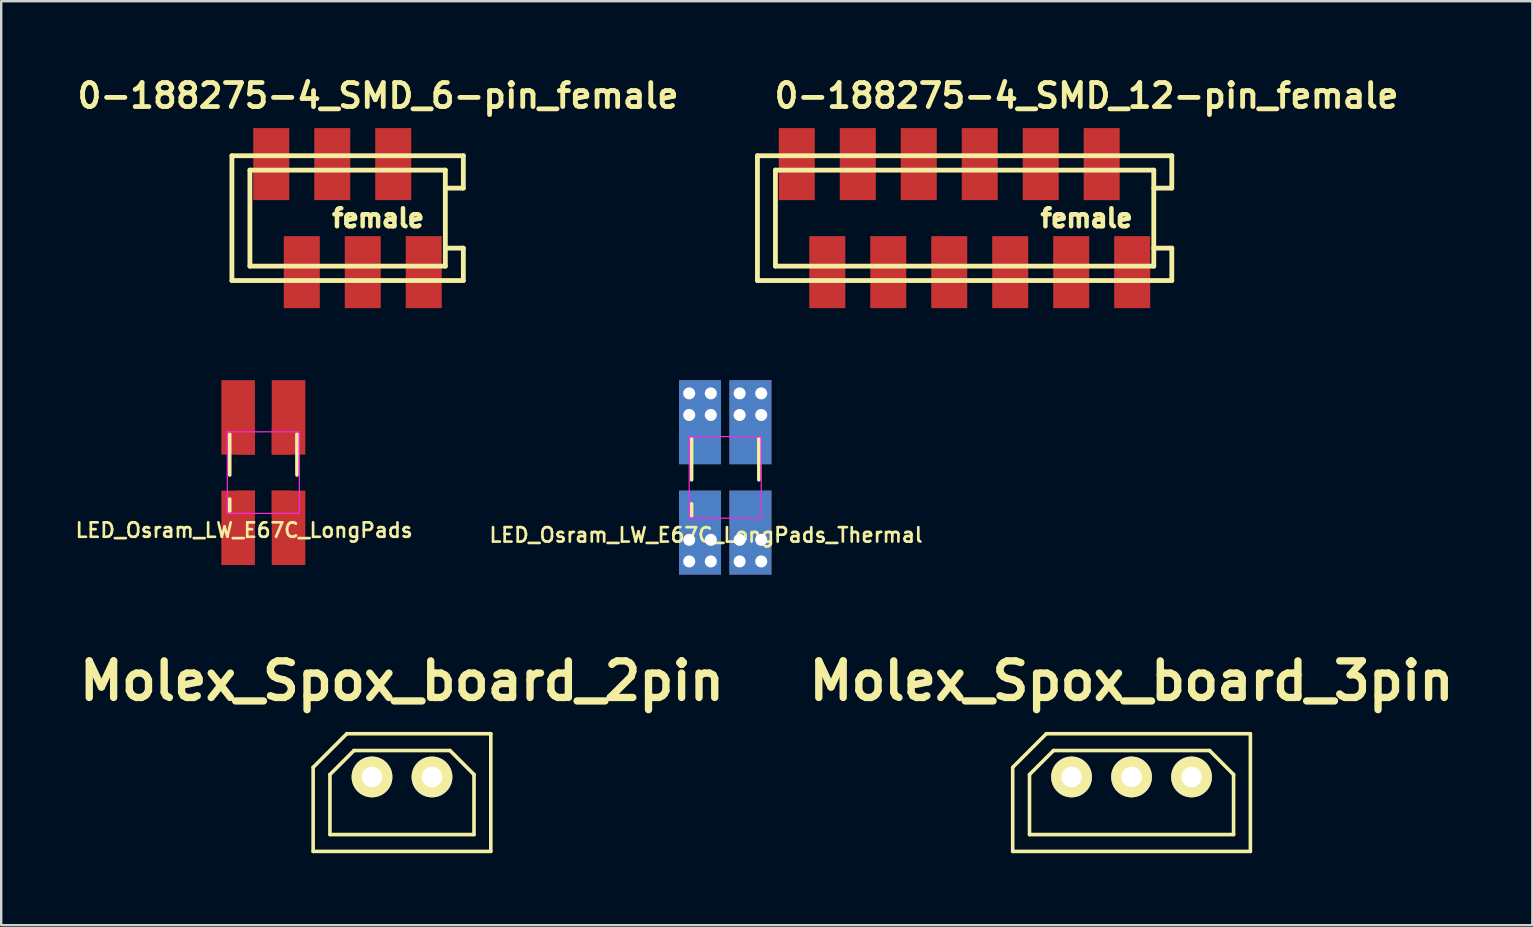
<source format=kicad_pcb>
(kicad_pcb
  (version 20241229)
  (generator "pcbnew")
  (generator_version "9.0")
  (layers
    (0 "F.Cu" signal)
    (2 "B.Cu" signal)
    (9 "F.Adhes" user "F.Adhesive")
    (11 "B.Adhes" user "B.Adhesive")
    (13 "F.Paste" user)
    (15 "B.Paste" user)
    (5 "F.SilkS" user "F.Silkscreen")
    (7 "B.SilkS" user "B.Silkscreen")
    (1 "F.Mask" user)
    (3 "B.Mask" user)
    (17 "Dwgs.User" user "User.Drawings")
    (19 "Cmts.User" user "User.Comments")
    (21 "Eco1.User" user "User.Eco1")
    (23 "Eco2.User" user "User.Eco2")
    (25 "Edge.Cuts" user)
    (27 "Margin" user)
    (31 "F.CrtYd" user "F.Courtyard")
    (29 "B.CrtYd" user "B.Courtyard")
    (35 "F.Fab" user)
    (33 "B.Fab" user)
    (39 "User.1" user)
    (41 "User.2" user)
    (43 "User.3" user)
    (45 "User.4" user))
  (footprint "LED_Osram_LW_E67C_LongPads_Thermal"
    (layer "F.Cu")
    (at 27.158 16.836)
    (property "Reference" "LED_Osram_LW_E67C_LongPads_Thermal" (at -0.8 2.4 0) (layer "F.SilkS") (effects (font (size 0.6 0.6) (thickness 0.11))))
    (attr smd)
    (fp_line (start -1.4 -1.6) (end -1.4 0.1) (stroke (width 0.15) (type solid)) (layer "F.SilkS"))
    (fp_line (start -1.4 1.6) (end -1.4 1.1) (stroke (width 0.15) (type solid)) (layer "F.SilkS"))
    (fp_line (start 1.4 -1.6) (end 1.4 0.1) (stroke (width 0.15) (type solid)) (layer "F.SilkS"))
    (fp_line (start -1.5 -1.7) (end 1.5 -1.7) (stroke (width 0.05) (type solid)) (layer "F.CrtYd"))
    (fp_line (start -1.5 1.7) (end -1.5 -1.7) (stroke (width 0.05) (type solid)) (layer "F.CrtYd"))
    (fp_line (start 1.5 -1.7) (end 1.5 1.7) (stroke (width 0.05) (type solid)) (layer "F.CrtYd"))
    (fp_line (start 1.5 1.7) (end -1.5 1.7) (stroke (width 0.05) (type solid)) (layer "F.CrtYd"))
    (pad "1" thru_hole circle (at -1.5 2.6) (size 0.75 0.75) (drill 0.5) (layers "*.Cu"))
    (pad "1" thru_hole circle (at -1.5 3.5) (size 0.75 0.75) (drill 0.5) (layers "*.Cu"))
    (pad "1" smd rect (at -1.05 2.3) (size 1.75 3.5) (layers "F.Cu"))
    (pad "1" smd rect (at -1.05 2.3) (size 1.75 3.5) (layers "B.Cu"))
    (pad "1" smd rect (at -0.75 1.3) (size 0.8 1.1) (layers "F.Cu" "F.Mask" "F.Paste"))
    (pad "1" thru_hole circle (at -0.6 2.6) (size 0.75 0.75) (drill 0.5) (layers "*.Cu"))
    (pad "1" thru_hole circle (at -0.6 3.5) (size 0.75 0.75) (drill 0.5) (layers "*.Cu"))
    (pad "1" thru_hole circle (at 0.6 -3.5) (size 0.75 0.75) (drill 0.5) (layers "*.Cu"))
    (pad "1" thru_hole circle (at 0.6 -2.6) (size 0.75 0.75) (drill 0.5) (layers "*.Cu"))
    (pad "1" thru_hole circle (at 0.6 2.6) (size 0.75 0.75) (drill 0.5) (layers "*.Cu"))
    (pad "1" thru_hole circle (at 0.6 3.5) (size 0.75 0.75) (drill 0.5) (layers "*.Cu"))
    (pad "1" smd rect (at 0.75 -1.3) (size 0.8 1.1) (layers "F.Cu" "F.Mask" "F.Paste"))
    (pad "1" smd rect (at 0.75 1.3) (size 0.8 1.1) (layers "F.Cu" "F.Mask" "F.Paste"))
    (pad "1" smd rect (at 1.05 -2.3) (size 1.75 3.5) (layers "F.Cu"))
    (pad "1" smd rect (at 1.05 -2.3) (size 1.75 3.5) (layers "B.Cu"))
    (pad "1" smd rect (at 1.05 2.3) (size 1.75 3.5) (layers "F.Cu"))
    (pad "1" smd rect (at 1.05 2.3) (size 1.75 3.5) (layers "B.Cu"))
    (pad "1" thru_hole circle (at 1.5 -3.5) (size 0.75 0.75) (drill 0.5) (layers "*.Cu"))
    (pad "1" thru_hole circle (at 1.5 -2.6) (size 0.75 0.75) (drill 0.5) (layers "*.Cu"))
    (pad "1" thru_hole circle (at 1.5 2.6) (size 0.75 0.75) (drill 0.5) (layers "*.Cu"))
    (pad "1" thru_hole circle (at 1.5 3.5) (size 0.75 0.75) (drill 0.5) (layers "*.Cu"))
    (pad "2" thru_hole circle (at -1.5 -3.5) (size 0.75 0.75) (drill 0.5) (layers "*.Cu"))
    (pad "2" thru_hole circle (at -1.5 -2.6) (size 0.75 0.75) (drill 0.5) (layers "*.Cu"))
    (pad "2" smd rect (at -1.05 -2.3) (size 1.75 3.5) (layers "F.Cu"))
    (pad "2" smd rect (at -1.05 -2.3) (size 1.75 3.5) (layers "B.Cu"))
    (pad "2" smd rect (at -0.75 -1.3) (size 0.8 1.1) (layers "F.Cu" "F.Mask" "F.Paste"))
    (pad "2" thru_hole circle (at -0.6 -3.5) (size 0.75 0.75) (drill 0.5) (layers "*.Cu"))
    (pad "2" thru_hole circle (at -0.6 -2.6) (size 0.75 0.75) (drill 0.5) (layers "*.Cu")))
  (footprint "0-188275-4_SMD_6-pin_female"
    (layer "F.Cu")
    (at 11.43 6.036)
    (property "Reference" "0-188275-4_SMD_6-pin_female" (at 1.27 -5.1 0) (layer "F.SilkS") (effects (font (size 1 1) (thickness 0.2))))
    (attr through_hole)
    (fp_line (start -4.82 -2.6) (end -4.82 2.6) (stroke (width 0.2) (type solid)) (layer "F.SilkS"))
    (fp_line (start -4.82 2.6) (end 4.82 2.6) (stroke (width 0.2) (type solid)) (layer "F.SilkS"))
    (fp_line (start -4.07 -2) (end 4.07 -2) (stroke (width 0.2) (type solid)) (layer "F.SilkS"))
    (fp_line (start -4.07 2) (end -4.07 -2) (stroke (width 0.2) (type solid)) (layer "F.SilkS"))
    (fp_line (start 4.07 -2) (end 4.07 2) (stroke (width 0.2) (type solid)) (layer "F.SilkS"))
    (fp_line (start 4.07 -1.25) (end 4.82 -1.25) (stroke (width 0.2) (type solid)) (layer "F.SilkS"))
    (fp_line (start 4.07 2) (end -4.07 2) (stroke (width 0.2) (type solid)) (layer "F.SilkS"))
    (fp_line (start 4.82 -2.6) (end -4.82 -2.6) (stroke (width 0.2) (type solid)) (layer "F.SilkS"))
    (fp_line (start 4.82 -1.25) (end 4.82 -2.6) (stroke (width 0.2) (type solid)) (layer "F.SilkS"))
    (fp_line (start 4.82 1.25) (end 4.07 1.25) (stroke (width 0.2) (type solid)) (layer "F.SilkS"))
    (fp_line (start 4.82 2.6) (end 4.82 1.25) (stroke (width 0.2) (type solid)) (layer "F.SilkS"))
    (fp_text user "female" (at 1.27 0 0) (layer "F.SilkS") (effects (font (size 0.75 0.75) (thickness 0.188))))
    (pad "1" smd rect (at 3.17 2.25) (size 1.5 3) (layers "F.Cu" "F.Mask" "F.Paste"))
    (pad "2" smd rect (at 1.9 -2.25) (size 1.5 3) (layers "F.Cu" "F.Mask" "F.Paste"))
    (pad "3" smd rect (at 0.63 2.25) (size 1.5 3) (layers "F.Cu" "F.Mask" "F.Paste"))
    (pad "4" smd rect (at -0.64 -2.25) (size 1.5 3) (layers "F.Cu" "F.Mask" "F.Paste"))
    (pad "5" smd rect (at -1.91 2.25) (size 1.5 3) (layers "F.Cu" "F.Mask" "F.Paste"))
    (pad "6" smd rect (at -3.18 -2.25) (size 1.5 3) (layers "F.Cu" "F.Mask" "F.Paste")))
  (footprint "Molex_Spox_board_2pin"
    (layer "F.Cu")
    (at 13.694 29.313)
    (property "Reference" "Molex_Spox_board_2pin" (at 0 -4 0) (layer "F.SilkS") (effects (font (size 1.524 1.524) (thickness 0.305))))
    (attr through_hole)
    (fp_line (start -3.7 -0.4) (end -2.3 -1.8) (stroke (width 0.15) (type solid)) (layer "F.SilkS"))
    (fp_line (start -3.7 3.1) (end -3.7 -0.4) (stroke (width 0.15) (type solid)) (layer "F.SilkS"))
    (fp_line (start -3 -0.1) (end -2 -1.1) (stroke (width 0.15) (type solid)) (layer "F.SilkS"))
    (fp_line (start -3 2.4) (end -3 -0.1) (stroke (width 0.15) (type solid)) (layer "F.SilkS"))
    (fp_line (start -3 2.4) (end 3 2.4) (stroke (width 0.15) (type solid)) (layer "F.SilkS"))
    (fp_line (start 2 -1.1) (end -2 -1.1) (stroke (width 0.15) (type solid)) (layer "F.SilkS"))
    (fp_line (start 2 -1.1) (end 3 -0.1) (stroke (width 0.15) (type solid)) (layer "F.SilkS"))
    (fp_line (start 3 -0.1) (end 3 2.4) (stroke (width 0.15) (type solid)) (layer "F.SilkS"))
    (fp_line (start 3.7 -1.8) (end -2.3 -1.8) (stroke (width 0.15) (type solid)) (layer "F.SilkS"))
    (fp_line (start 3.7 -1.8) (end 3.7 3.1) (stroke (width 0.15) (type solid)) (layer "F.SilkS"))
    (fp_line (start 3.7 3.1) (end -3.7 3.1) (stroke (width 0.15) (type solid)) (layer "F.SilkS"))
    (pad "1" thru_hole circle (at -1.249 0) (size 1.699 1.699) (drill 0.851) (layers "*.Cu" "*.Mask" "F.SilkS"))
    (pad "2" thru_hole circle (at 1.25 0) (size 1.699 1.699) (drill 0.851) (layers "*.Cu" "*.Mask" "F.SilkS")))
  (footprint "Molex_Spox_board_3pin"
    (layer "F.Cu")
    (at 44.083 29.313)
    (property "Reference" "Molex_Spox_board_3pin" (at 0 -4 0) (layer "F.SilkS") (effects (font (size 1.524 1.524) (thickness 0.305))))
    (attr through_hole)
    (fp_line (start -4.95 -0.4) (end -3.55 -1.8) (stroke (width 0.15) (type solid)) (layer "F.SilkS"))
    (fp_line (start -4.95 3.1) (end -4.95 -0.4) (stroke (width 0.15) (type solid)) (layer "F.SilkS"))
    (fp_line (start -4.25 -0.1) (end -3.25 -1.1) (stroke (width 0.15) (type solid)) (layer "F.SilkS"))
    (fp_line (start -4.25 2.4) (end -4.25 -0.1) (stroke (width 0.15) (type solid)) (layer "F.SilkS"))
    (fp_line (start -4.25 2.4) (end 4.25 2.4) (stroke (width 0.15) (type solid)) (layer "F.SilkS"))
    (fp_line (start 3.25 -1.1) (end -3.25 -1.1) (stroke (width 0.15) (type solid)) (layer "F.SilkS"))
    (fp_line (start 3.25 -1.1) (end 4.25 -0.1) (stroke (width 0.15) (type solid)) (layer "F.SilkS"))
    (fp_line (start 4.25 -0.1) (end 4.25 2.4) (stroke (width 0.15) (type solid)) (layer "F.SilkS"))
    (fp_line (start 4.95 -1.8) (end -3.55 -1.8) (stroke (width 0.15) (type solid)) (layer "F.SilkS"))
    (fp_line (start 4.95 -1.8) (end 4.95 3.1) (stroke (width 0.15) (type solid)) (layer "F.SilkS"))
    (fp_line (start 4.95 3.1) (end -4.95 3.1) (stroke (width 0.15) (type solid)) (layer "F.SilkS"))
    (pad "1" thru_hole circle (at -2.499 0) (size 1.699 1.699) (drill 0.851) (layers "*.Cu" "*.Mask" "F.SilkS"))
    (pad "2" thru_hole circle (at 0 0) (size 1.699 1.699) (drill 0.851) (layers "*.Cu" "*.Mask" "F.SilkS"))
    (pad "3" thru_hole circle (at 2.499 0) (size 1.699 1.699) (drill 0.851) (layers "*.Cu" "*.Mask" "F.SilkS")))
  (footprint "0-188275-4_SMD_12-pin_female"
    (layer "F.Cu")
    (at 37.13 6.036)
    (property "Reference" "0-188275-4_SMD_12-pin_female" (at 5.08 -5.1 0) (layer "F.SilkS") (effects (font (size 1 1) (thickness 0.2))))
    (attr through_hole)
    (fp_line (start -8.63 -2.6) (end -8.63 2.6) (stroke (width 0.2) (type solid)) (layer "F.SilkS"))
    (fp_line (start -8.63 2.6) (end 8.63 2.6) (stroke (width 0.2) (type solid)) (layer "F.SilkS"))
    (fp_line (start -7.88 -2) (end 7.88 -2) (stroke (width 0.2) (type solid)) (layer "F.SilkS"))
    (fp_line (start -7.88 2) (end -7.88 -2) (stroke (width 0.2) (type solid)) (layer "F.SilkS"))
    (fp_line (start 7.88 -2) (end 7.88 2) (stroke (width 0.2) (type solid)) (layer "F.SilkS"))
    (fp_line (start 7.88 -1.25) (end 8.63 -1.25) (stroke (width 0.2) (type solid)) (layer "F.SilkS"))
    (fp_line (start 7.88 2) (end -7.88 2) (stroke (width 0.2) (type solid)) (layer "F.SilkS"))
    (fp_line (start 8.63 -2.6) (end -8.63 -2.6) (stroke (width 0.2) (type solid)) (layer "F.SilkS"))
    (fp_line (start 8.63 -1.25) (end 8.63 -2.6) (stroke (width 0.2) (type solid)) (layer "F.SilkS"))
    (fp_line (start 8.63 1.25) (end 7.88 1.25) (stroke (width 0.2) (type solid)) (layer "F.SilkS"))
    (fp_line (start 8.63 2.6) (end 8.63 1.25) (stroke (width 0.2) (type solid)) (layer "F.SilkS"))
    (fp_text user "female" (at 5.08 0 0) (layer "F.SilkS") (effects (font (size 0.75 0.75) (thickness 0.188))))
    (pad "1" smd rect (at 6.98 2.25) (size 1.5 3) (layers "F.Cu" "F.Mask" "F.Paste"))
    (pad "2" smd rect (at 5.71 -2.25) (size 1.5 3) (layers "F.Cu" "F.Mask" "F.Paste"))
    (pad "3" smd rect (at 4.44 2.25) (size 1.5 3) (layers "F.Cu" "F.Mask" "F.Paste"))
    (pad "4" smd rect (at 3.17 -2.25) (size 1.5 3) (layers "F.Cu" "F.Mask" "F.Paste"))
    (pad "5" smd rect (at 1.9 2.25) (size 1.5 3) (layers "F.Cu" "F.Mask" "F.Paste"))
    (pad "6" smd rect (at 0.63 -2.25) (size 1.5 3) (layers "F.Cu" "F.Mask" "F.Paste"))
    (pad "7" smd rect (at -0.64 2.25) (size 1.5 3) (layers "F.Cu" "F.Mask" "F.Paste"))
    (pad "8" smd rect (at -1.91 -2.25) (size 1.5 3) (layers "F.Cu" "F.Mask" "F.Paste"))
    (pad "9" smd rect (at -3.18 2.25) (size 1.5 3) (layers "F.Cu" "F.Mask" "F.Paste"))
    (pad "10" smd rect (at -4.45 -2.25) (size 1.5 3) (layers "F.Cu" "F.Mask" "F.Paste"))
    (pad "11" smd rect (at -5.72 2.25) (size 1.5 3) (layers "F.Cu" "F.Mask" "F.Paste"))
    (pad "12" smd rect (at -6.99 -2.25) (size 1.5 3) (layers "F.Cu" "F.Mask" "F.Paste")))
  (footprint "LED_Osram_LW_E67C_LongPads"
    (layer "F.Cu")
    (at 7.919 16.636)
    (property "Reference" "LED_Osram_LW_E67C_LongPads" (at -0.8 2.4 0) (layer "F.SilkS") (effects (font (size 0.6 0.6) (thickness 0.11))))
    (attr smd)
    (fp_line (start -1.4 -1.6) (end -1.4 0.1) (stroke (width 0.15) (type solid)) (layer "F.SilkS"))
    (fp_line (start -1.4 1.6) (end -1.4 1.1) (stroke (width 0.15) (type solid)) (layer "F.SilkS"))
    (fp_line (start 1.4 -1.6) (end 1.4 0.1) (stroke (width 0.15) (type solid)) (layer "F.SilkS"))
    (fp_line (start -1.5 -1.7) (end 1.5 -1.7) (stroke (width 0.05) (type solid)) (layer "F.CrtYd"))
    (fp_line (start -1.5 1.7) (end -1.5 -1.7) (stroke (width 0.05) (type solid)) (layer "F.CrtYd"))
    (fp_line (start 1.5 -1.7) (end 1.5 1.7) (stroke (width 0.05) (type solid)) (layer "F.CrtYd"))
    (fp_line (start 1.5 1.7) (end -1.5 1.7) (stroke (width 0.05) (type solid)) (layer "F.CrtYd"))
    (pad "1" smd rect (at -1.05 2.3) (size 1.4 3.1) (layers "F.Cu"))
    (pad "1" smd rect (at -0.75 1.3) (size 0.8 1.1) (layers "F.Cu" "F.Mask" "F.Paste"))
    (pad "1" smd rect (at 0.75 -1.3) (size 0.8 1.1) (layers "F.Cu" "F.Mask" "F.Paste"))
    (pad "1" smd rect (at 0.75 1.3) (size 0.8 1.1) (layers "F.Cu" "F.Mask" "F.Paste"))
    (pad "1" smd rect (at 1.05 -2.3) (size 1.4 3.1) (layers "F.Cu"))
    (pad "1" smd rect (at 1.05 2.3) (size 1.4 3.1) (layers "F.Cu"))
    (pad "2" smd rect (at -1.05 -2.3) (size 1.4 3.1) (layers "F.Cu"))
    (pad "2" smd rect (at -0.75 -1.3) (size 0.8 1.1) (layers "F.Cu" "F.Mask" "F.Paste")))
  (gr_rect
    (start -3 -3)
    (end 60.777 35.488)
    (stroke (width 0.1) (type default))
    (fill no)
    (layer "Edge.Cuts")))
</source>
